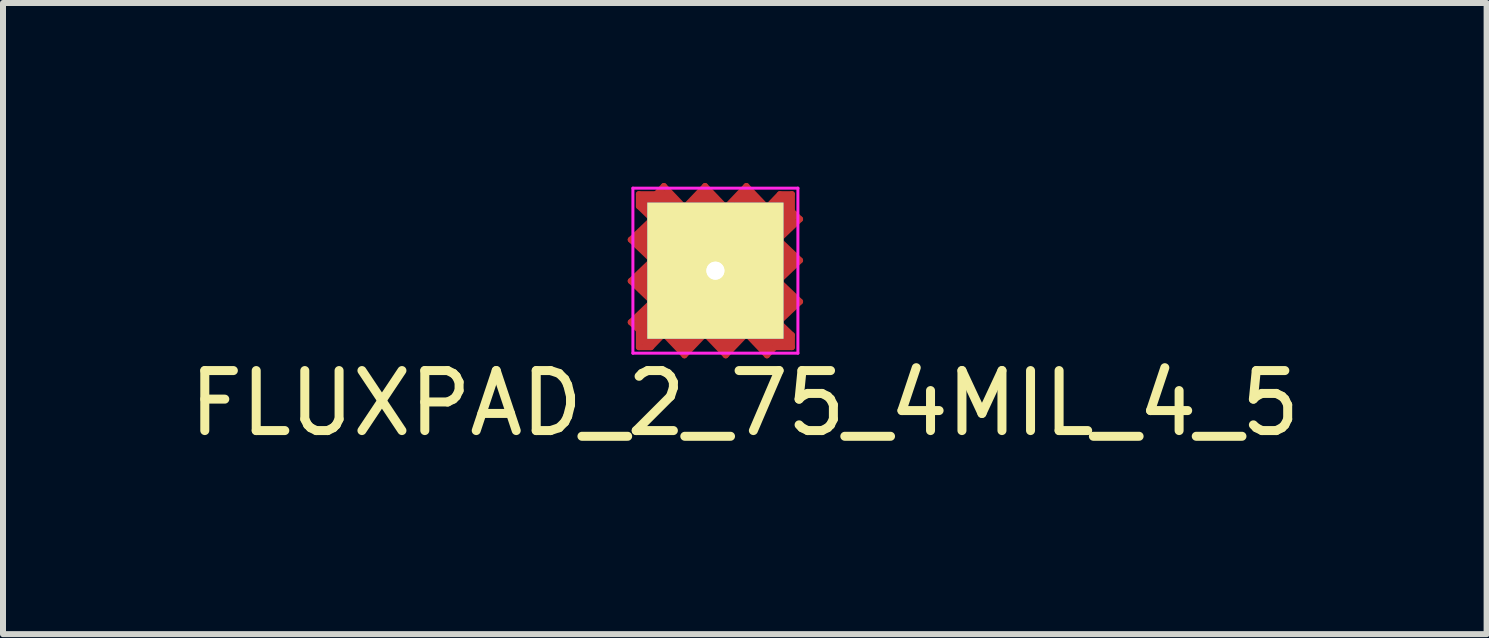
<source format=kicad_pcb>
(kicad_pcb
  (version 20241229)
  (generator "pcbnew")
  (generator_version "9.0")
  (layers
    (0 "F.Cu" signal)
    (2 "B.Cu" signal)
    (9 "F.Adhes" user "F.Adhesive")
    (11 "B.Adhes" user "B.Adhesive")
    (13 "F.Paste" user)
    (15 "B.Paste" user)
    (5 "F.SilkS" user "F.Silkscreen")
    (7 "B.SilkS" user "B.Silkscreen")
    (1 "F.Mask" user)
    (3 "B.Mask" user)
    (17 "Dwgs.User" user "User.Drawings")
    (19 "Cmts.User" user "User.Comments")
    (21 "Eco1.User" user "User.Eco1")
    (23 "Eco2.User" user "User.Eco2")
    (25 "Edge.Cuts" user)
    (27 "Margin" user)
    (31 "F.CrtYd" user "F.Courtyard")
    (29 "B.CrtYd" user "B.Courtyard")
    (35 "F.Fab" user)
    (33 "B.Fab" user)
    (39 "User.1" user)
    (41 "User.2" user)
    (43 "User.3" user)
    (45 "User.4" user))
  (footprint "FLUXPAD_2_75_4MIL_4_5"
    (layer "F.Cu")
    (at 8.873 1.461)
    (property "Reference" "FLUXPAD_2_75_4MIL_4_5" (at 0.49 2.21 0) (layer "F.SilkS") (effects (font (size 1 1) (thickness 0.15))))
    (attr through_hole)
    (fp_line (start -1.411 -0.516) (end -1.051 -0.859) (stroke (width 0.1) (type solid)) (layer "F.Cu"))
    (fp_line (start -1.411 0.172) (end -1.051 -0.172) (stroke (width 0.1) (type solid)) (layer "F.Cu"))
    (fp_line (start -1.411 0.859) (end -1.275 0.989) (stroke (width 0.1) (type solid)) (layer "F.Cu"))
    (fp_line (start -1.411 0.859) (end -1.051 0.516) (stroke (width 0.1) (type solid)) (layer "F.Cu"))
    (fp_line (start -1.3 -0.52) (end -1.17 -0.64) (stroke (width 0.15) (type solid)) (layer "F.Cu"))
    (fp_line (start -1.29 0.17) (end -1.16 0.05) (stroke (width 0.15) (type solid)) (layer "F.Cu"))
    (fp_line (start -1.275 -1.275) (end -1.275 -1.074) (stroke (width 0.1) (type solid)) (layer "F.Cu"))
    (fp_line (start -1.275 -1.074) (end -1.051 -0.859) (stroke (width 0.1) (type solid)) (layer "F.Cu"))
    (fp_line (start -1.275 0.989) (end -1.275 1.275) (stroke (width 0.1) (type solid)) (layer "F.Cu"))
    (fp_line (start -1.275 1.275) (end -1.074 1.275) (stroke (width 0.1) (type solid)) (layer "F.Cu"))
    (fp_line (start -1.18 1.17) (end -1.17 0.72) (stroke (width 0.15) (type solid)) (layer "F.Cu"))
    (fp_line (start -1.17 -1.18) (end -0.72 -1.17) (stroke (width 0.15) (type solid)) (layer "F.Cu"))
    (fp_line (start -1.17 -1.07) (end -1.17 -1.18) (stroke (width 0.15) (type solid)) (layer "F.Cu"))
    (fp_line (start -1.17 -0.64) (end -1.17 -0.39) (stroke (width 0.15) (type solid)) (layer "F.Cu"))
    (fp_line (start -1.17 -0.39) (end -1.3 -0.52) (stroke (width 0.15) (type solid)) (layer "F.Cu"))
    (fp_line (start -1.17 0.72) (end -1.27 0.88) (stroke (width 0.15) (type solid)) (layer "F.Cu"))
    (fp_line (start -1.16 0.05) (end -1.16 0.3) (stroke (width 0.15) (type solid)) (layer "F.Cu"))
    (fp_line (start -1.16 0.3) (end -1.29 0.17) (stroke (width 0.15) (type solid)) (layer "F.Cu"))
    (fp_line (start -1.074 1.275) (end -0.859 1.051) (stroke (width 0.1) (type solid)) (layer "F.Cu"))
    (fp_line (start -1.07 1.17) (end -1.18 1.17) (stroke (width 0.15) (type solid)) (layer "F.Cu"))
    (fp_line (start -1.051 -0.172) (end -1.411 -0.516) (stroke (width 0.1) (type solid)) (layer "F.Cu"))
    (fp_line (start -1.051 0.516) (end -1.411 0.172) (stroke (width 0.1) (type solid)) (layer "F.Cu"))
    (fp_line (start -0.989 -1.275) (end -1.275 -1.275) (stroke (width 0.1) (type solid)) (layer "F.Cu"))
    (fp_line (start -0.859 -1.411) (end -0.516 -1.051) (stroke (width 0.1) (type solid)) (layer "F.Cu"))
    (fp_line (start -0.859 -1.411) (end -0.989 -1.275) (stroke (width 0.1) (type solid)) (layer "F.Cu"))
    (fp_line (start -0.72 -1.17) (end -0.88 -1.27) (stroke (width 0.15) (type solid)) (layer "F.Cu"))
    (fp_line (start -0.64 1.17) (end -0.39 1.17) (stroke (width 0.15) (type solid)) (layer "F.Cu"))
    (fp_line (start -0.52 1.3) (end -0.64 1.17) (stroke (width 0.15) (type solid)) (layer "F.Cu"))
    (fp_line (start -0.516 -1.051) (end -0.172 -1.411) (stroke (width 0.1) (type solid)) (layer "F.Cu"))
    (fp_line (start -0.516 1.411) (end -0.859 1.051) (stroke (width 0.1) (type solid)) (layer "F.Cu"))
    (fp_line (start -0.39 1.17) (end -0.52 1.3) (stroke (width 0.15) (type solid)) (layer "F.Cu"))
    (fp_line (start -0.3 -1.16) (end -0.17 -1.29) (stroke (width 0.15) (type solid)) (layer "F.Cu"))
    (fp_line (start -0.172 -1.411) (end 0.172 -1.051) (stroke (width 0.1) (type solid)) (layer "F.Cu"))
    (fp_line (start -0.172 1.051) (end -0.516 1.411) (stroke (width 0.1) (type solid)) (layer "F.Cu"))
    (fp_line (start -0.17 -1.29) (end -0.05 -1.16) (stroke (width 0.15) (type solid)) (layer "F.Cu"))
    (fp_line (start -0.05 -1.16) (end -0.3 -1.16) (stroke (width 0.15) (type solid)) (layer "F.Cu"))
    (fp_line (start 0.05 1.16) (end 0.3 1.16) (stroke (width 0.15) (type solid)) (layer "F.Cu"))
    (fp_line (start 0.17 1.29) (end 0.05 1.16) (stroke (width 0.15) (type solid)) (layer "F.Cu"))
    (fp_line (start 0.172 -1.051) (end 0.516 -1.411) (stroke (width 0.1) (type solid)) (layer "F.Cu"))
    (fp_line (start 0.172 1.411) (end -0.172 1.051) (stroke (width 0.1) (type solid)) (layer "F.Cu"))
    (fp_line (start 0.3 1.16) (end 0.17 1.29) (stroke (width 0.15) (type solid)) (layer "F.Cu"))
    (fp_line (start 0.39 -1.17) (end 0.52 -1.3) (stroke (width 0.15) (type solid)) (layer "F.Cu"))
    (fp_line (start 0.516 -1.411) (end 0.859 -1.051) (stroke (width 0.1) (type solid)) (layer "F.Cu"))
    (fp_line (start 0.516 1.051) (end 0.172 1.411) (stroke (width 0.1) (type solid)) (layer "F.Cu"))
    (fp_line (start 0.52 -1.3) (end 0.64 -1.17) (stroke (width 0.15) (type solid)) (layer "F.Cu"))
    (fp_line (start 0.64 -1.17) (end 0.39 -1.17) (stroke (width 0.15) (type solid)) (layer "F.Cu"))
    (fp_line (start 0.72 1.17) (end 0.88 1.27) (stroke (width 0.15) (type solid)) (layer "F.Cu"))
    (fp_line (start 0.859 1.411) (end 0.989 1.275) (stroke (width 0.1) (type solid)) (layer "F.Cu"))
    (fp_line (start 0.859 1.411) (end 0.516 1.051) (stroke (width 0.1) (type solid)) (layer "F.Cu"))
    (fp_line (start 0.989 1.275) (end 1.275 1.275) (stroke (width 0.1) (type solid)) (layer "F.Cu"))
    (fp_line (start 1.051 -0.516) (end 1.411 -0.172) (stroke (width 0.1) (type solid)) (layer "F.Cu"))
    (fp_line (start 1.051 0.172) (end 1.411 0.516) (stroke (width 0.1) (type solid)) (layer "F.Cu"))
    (fp_line (start 1.07 -1.17) (end 1.18 -1.17) (stroke (width 0.15) (type solid)) (layer "F.Cu"))
    (fp_line (start 1.074 -1.275) (end 0.859 -1.051) (stroke (width 0.1) (type solid)) (layer "F.Cu"))
    (fp_line (start 1.16 -0.3) (end 1.29 -0.17) (stroke (width 0.15) (type solid)) (layer "F.Cu"))
    (fp_line (start 1.16 -0.05) (end 1.16 -0.3) (stroke (width 0.15) (type solid)) (layer "F.Cu"))
    (fp_line (start 1.17 -0.72) (end 1.27 -0.88) (stroke (width 0.15) (type solid)) (layer "F.Cu"))
    (fp_line (start 1.17 0.39) (end 1.3 0.52) (stroke (width 0.15) (type solid)) (layer "F.Cu"))
    (fp_line (start 1.17 0.64) (end 1.17 0.39) (stroke (width 0.15) (type solid)) (layer "F.Cu"))
    (fp_line (start 1.17 1.07) (end 1.17 1.18) (stroke (width 0.15) (type solid)) (layer "F.Cu"))
    (fp_line (start 1.17 1.18) (end 0.72 1.17) (stroke (width 0.15) (type solid)) (layer "F.Cu"))
    (fp_line (start 1.18 -1.17) (end 1.17 -0.72) (stroke (width 0.15) (type solid)) (layer "F.Cu"))
    (fp_line (start 1.275 -1.275) (end 1.074 -1.275) (stroke (width 0.1) (type solid)) (layer "F.Cu"))
    (fp_line (start 1.275 -0.989) (end 1.275 -1.275) (stroke (width 0.1) (type solid)) (layer "F.Cu"))
    (fp_line (start 1.275 1.074) (end 1.051 0.859) (stroke (width 0.1) (type solid)) (layer "F.Cu"))
    (fp_line (start 1.275 1.275) (end 1.275 1.074) (stroke (width 0.1) (type solid)) (layer "F.Cu"))
    (fp_line (start 1.29 -0.17) (end 1.16 -0.05) (stroke (width 0.15) (type solid)) (layer "F.Cu"))
    (fp_line (start 1.3 0.52) (end 1.17 0.64) (stroke (width 0.15) (type solid)) (layer "F.Cu"))
    (fp_line (start 1.411 -0.859) (end 1.051 -0.516) (stroke (width 0.1) (type solid)) (layer "F.Cu"))
    (fp_line (start 1.411 -0.859) (end 1.275 -0.989) (stroke (width 0.1) (type solid)) (layer "F.Cu"))
    (fp_line (start 1.411 -0.172) (end 1.051 0.172) (stroke (width 0.1) (type solid)) (layer "F.Cu"))
    (fp_line (start 1.411 0.516) (end 1.051 0.859) (stroke (width 0.1) (type solid)) (layer "F.Cu"))
    (fp_line (start -1.375 -1.375) (end -1.375 1.375) (stroke (width 0.05) (type solid)) (layer "F.CrtYd"))
    (fp_line (start -1.375 -1.375) (end 1.375 -1.375) (stroke (width 0.05) (type solid)) (layer "F.CrtYd"))
    (fp_line (start -1.375 1.375) (end 1.375 1.375) (stroke (width 0.05) (type solid)) (layer "F.CrtYd"))
    (fp_line (start 1.375 -1.375) (end 1.375 1.375) (stroke (width 0.05) (type solid)) (layer "F.CrtYd"))
    (pad "1" thru_hole circle (at 0 0) (size 0.605 0.605) (drill 0.3) (layers "*.Cu" "*.Mask" "F.SilkS"))
    (pad "1" thru_hole rect (at 0 0) (size 2.27 2.27) (drill 0.3) (layers "F.Cu" "F.Mask" "F.SilkS")))
  (gr_rect
    (start -3 -3)
    (end 21.726 7.519)
    (stroke (width 0.1) (type default))
    (fill no)
    (layer "Edge.Cuts")))
</source>
